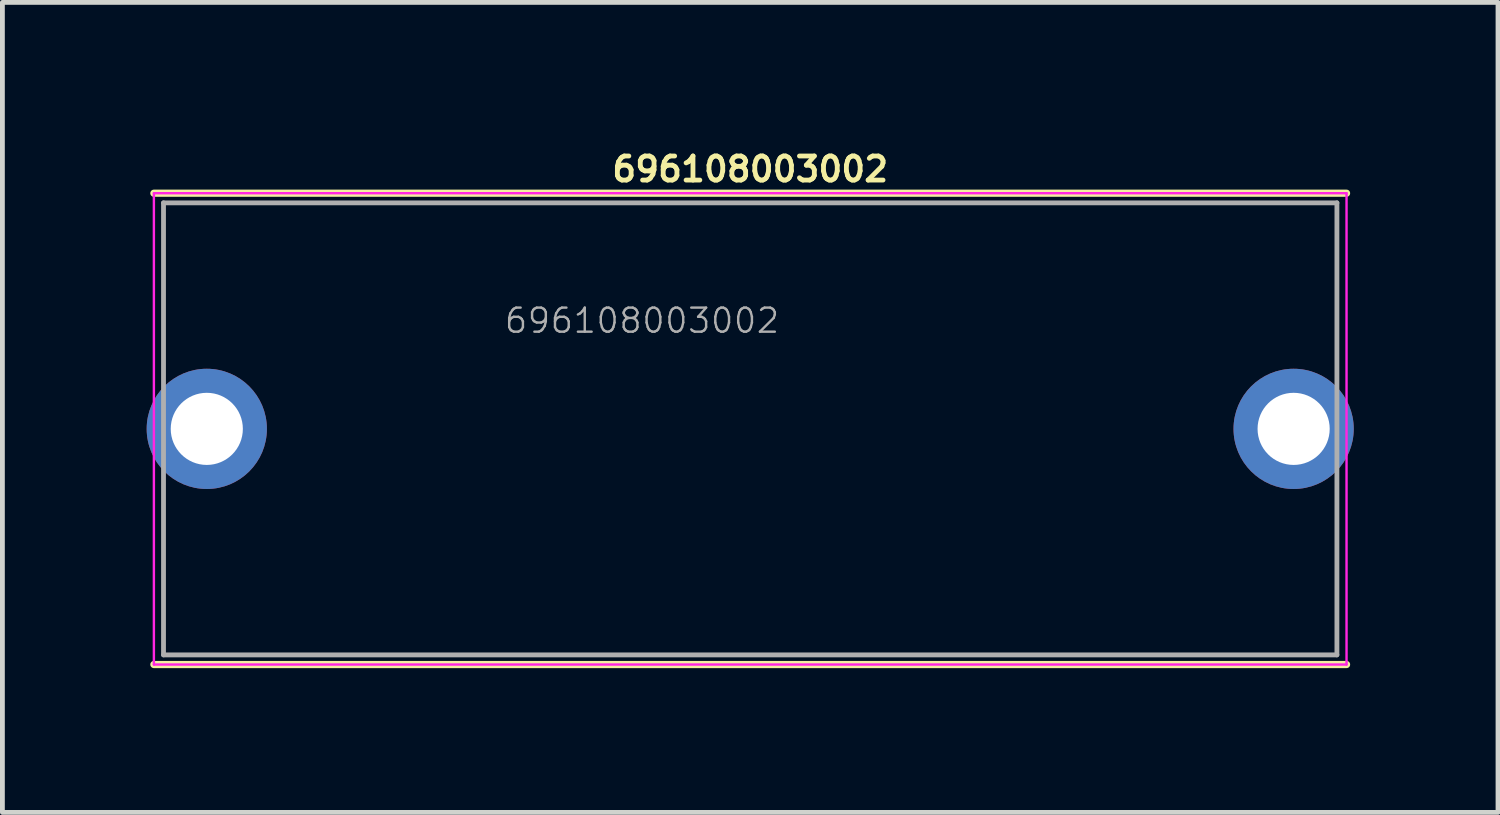
<source format=kicad_pcb>
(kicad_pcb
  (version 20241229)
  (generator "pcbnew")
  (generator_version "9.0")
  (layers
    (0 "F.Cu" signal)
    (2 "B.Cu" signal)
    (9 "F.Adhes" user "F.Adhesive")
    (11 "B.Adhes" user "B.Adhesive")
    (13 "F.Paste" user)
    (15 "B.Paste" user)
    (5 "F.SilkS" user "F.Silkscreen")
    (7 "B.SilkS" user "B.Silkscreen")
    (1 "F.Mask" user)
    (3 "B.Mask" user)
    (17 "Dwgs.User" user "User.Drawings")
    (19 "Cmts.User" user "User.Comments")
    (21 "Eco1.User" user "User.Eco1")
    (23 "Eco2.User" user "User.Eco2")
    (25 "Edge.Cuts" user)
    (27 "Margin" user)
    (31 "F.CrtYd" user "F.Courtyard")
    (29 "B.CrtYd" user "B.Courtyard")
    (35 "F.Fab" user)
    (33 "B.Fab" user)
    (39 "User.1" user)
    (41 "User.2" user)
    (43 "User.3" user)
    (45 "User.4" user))
  (footprint "696108003002"
    (layer "F.Cu")
    (at 12.55 5.868)
    (property "Reference" "696108003002" (at 0 -5.4 0) (layer "F.SilkS") (effects (font (size 0.5 0.5) (thickness 0.1))))
    (attr through_hole)
    (fp_line (start -12.4 -4.9) (end 12.4 -4.9) (stroke (width 0.15) (type solid)) (layer "F.SilkS"))
    (fp_line (start 12.4 4.9) (end -12.4 4.9) (stroke (width 0.15) (type solid)) (layer "F.SilkS"))
    (fp_line (start -12.4 -4.9) (end -12.4 4.9) (stroke (width 0.05) (type solid)) (layer "F.CrtYd"))
    (fp_line (start -12.4 -4.9) (end 12.4 -4.9) (stroke (width 0.05) (type solid)) (layer "F.CrtYd"))
    (fp_line (start -12.4 4.9) (end 12.4 4.9) (stroke (width 0.05) (type solid)) (layer "F.CrtYd"))
    (fp_line (start 12.4 -4.9) (end 12.4 4.9) (stroke (width 0.05) (type solid)) (layer "F.CrtYd"))
    (fp_line (start -12.2 -4.7) (end -12.2 4.7) (stroke (width 0.1) (type solid)) (layer "F.Fab"))
    (fp_line (start -12.2 -4.7) (end 12.2 -4.7) (stroke (width 0.1) (type solid)) (layer "F.Fab"))
    (fp_line (start 12.2 4.7) (end -12.2 4.7) (stroke (width 0.1) (type solid)) (layer "F.Fab"))
    (fp_line (start 12.2 4.7) (end 12.2 -4.7) (stroke (width 0.1) (type solid)) (layer "F.Fab"))
    (fp_text user "${REFERENCE}" (at -2.25 -2.25 0) (layer "F.Fab") (effects (font (size 0.5 0.5) (thickness 0.05))))
    (pad "1" thru_hole circle (at -11.3 0) (size 2.5 2.5) (drill 1.5) (layers "*.Cu" "*.Mask"))
    (pad "2" thru_hole circle (at 11.3 0) (size 2.5 2.5) (drill 1.5) (layers "*.Cu" "*.Mask")))
  (gr_rect
    (start -3 -3)
    (end 28.1 13.843)
    (stroke (width 0.1) (type default))
    (fill no)
    (layer "Edge.Cuts")))
</source>
